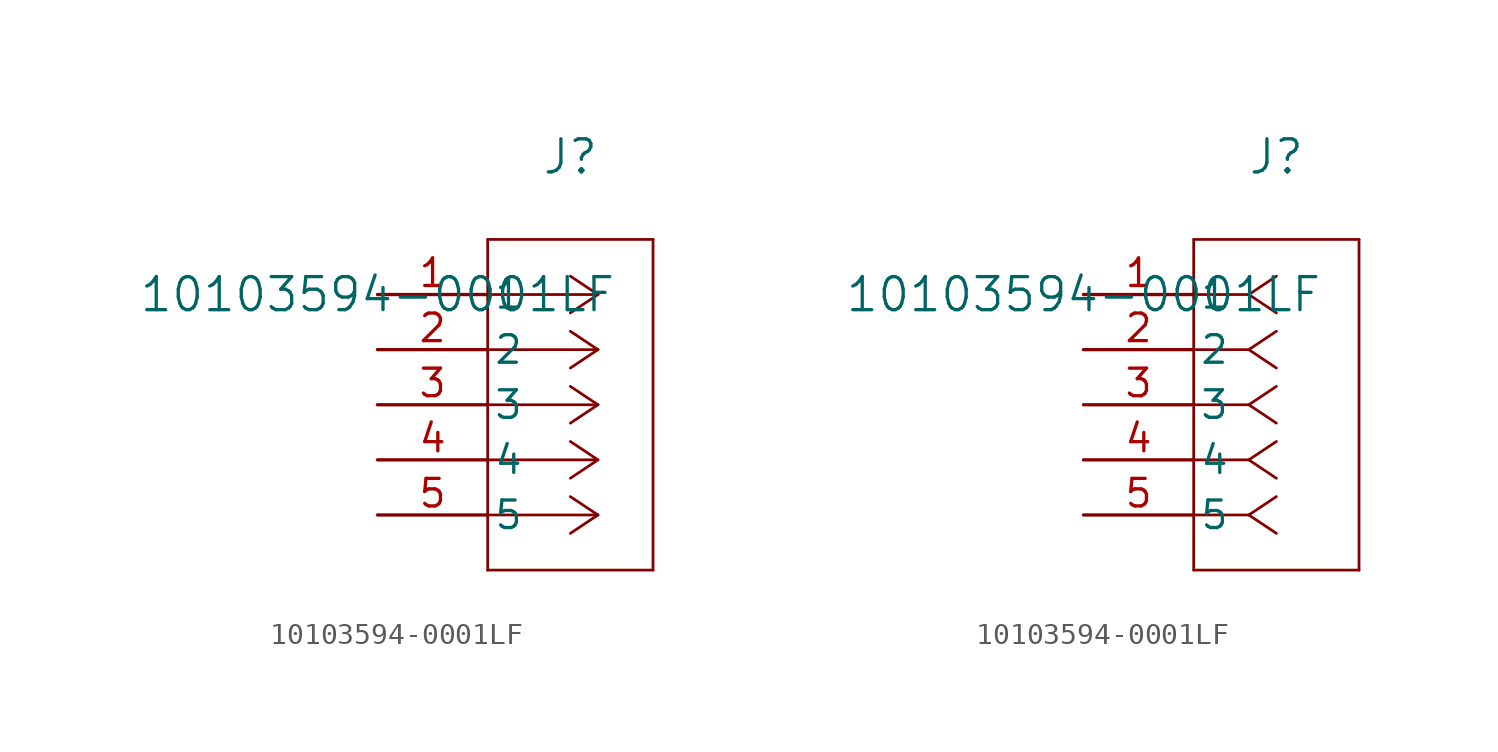
<source format=kicad_sym>
(kicad_symbol_lib
  (version 20211014)
  (generator kicad_symbol_editor)
  (symbol "10103594-0001LF"
    (pin_names
      (offset 0.254))
    (property "Reference" "J"
      (at 8.89 6.35 0)
      (effects (font (size 1.524 1.524))))
    (property "Value" "10103594-0001LF"
      (at 0 0 0)
      (effects (font (size 1.524 1.524))))
    (symbol "10103594-0001LF_1_1"
      (polyline (pts (xy 10.16 0) (xy 5.08 0)) (stroke (width 0.127) (type default) (color 0 0 0 0)) (fill (type none)))
      (polyline (pts (xy 10.16 -2.54) (xy 5.08 -2.54)) (stroke (width 0.127) (type default) (color 0 0 0 0)) (fill (type none)))
      (polyline (pts (xy 10.16 -5.08) (xy 5.08 -5.08)) (stroke (width 0.127) (type default) (color 0 0 0 0)) (fill (type none)))
      (polyline (pts (xy 10.16 -7.62) (xy 5.08 -7.62)) (stroke (width 0.127) (type default) (color 0 0 0 0)) (fill (type none)))
      (polyline (pts (xy 10.16 -10.16) (xy 5.08 -10.16)) (stroke (width 0.127) (type default) (color 0 0 0 0)) (fill (type none)))
      (polyline (pts (xy 10.16 0) (xy 8.89 0.847)) (stroke (width 0.127) (type default) (color 0 0 0 0)) (fill (type none)))
      (polyline (pts (xy 10.16 -2.54) (xy 8.89 -1.693)) (stroke (width 0.127) (type default) (color 0 0 0 0)) (fill (type none)))
      (polyline (pts (xy 10.16 -5.08) (xy 8.89 -4.233)) (stroke (width 0.127) (type default) (color 0 0 0 0)) (fill (type none)))
      (polyline (pts (xy 10.16 -7.62) (xy 8.89 -6.773)) (stroke (width 0.127) (type default) (color 0 0 0 0)) (fill (type none)))
      (polyline (pts (xy 10.16 -10.16) (xy 8.89 -9.313)) (stroke (width 0.127) (type default) (color 0 0 0 0)) (fill (type none)))
      (polyline (pts (xy 10.16 0) (xy 8.89 -0.847)) (stroke (width 0.127) (type default) (color 0 0 0 0)) (fill (type none)))
      (polyline (pts (xy 10.16 -2.54) (xy 8.89 -3.387)) (stroke (width 0.127) (type default) (color 0 0 0 0)) (fill (type none)))
      (polyline (pts (xy 10.16 -5.08) (xy 8.89 -5.927)) (stroke (width 0.127) (type default) (color 0 0 0 0)) (fill (type none)))
      (polyline (pts (xy 10.16 -7.62) (xy 8.89 -8.467)) (stroke (width 0.127) (type default) (color 0 0 0 0)) (fill (type none)))
      (polyline (pts (xy 10.16 -10.16) (xy 8.89 -11.007)) (stroke (width 0.127) (type default) (color 0 0 0 0)) (fill (type none)))
      (polyline (pts (xy 5.08 2.54) (xy 5.08 -12.7)) (stroke (width 0.127) (type default) (color 0 0 0 0)) (fill (type none)))
      (polyline (pts (xy 5.08 -12.7) (xy 12.7 -12.7)) (stroke (width 0.127) (type default) (color 0 0 0 0)) (fill (type none)))
      (polyline (pts (xy 12.7 -12.7) (xy 12.7 2.54)) (stroke (width 0.127) (type default) (color 0 0 0 0)) (fill (type none)))
      (polyline (pts (xy 12.7 2.54) (xy 5.08 2.54)) (stroke (width 0.127) (type default) (color 0 0 0 0)) (fill (type none)))
      (pin unspecified line (at 0 0 0) (length 5.08) (name "1" (effects (font (size 1.27 1.27)))) (number "1" (effects (font (size 1.27 1.27)))))
      (pin unspecified line (at 0 -2.54 0) (length 5.08) (name "2" (effects (font (size 1.27 1.27)))) (number "2" (effects (font (size 1.27 1.27)))))
      (pin unspecified line (at 0 -5.08 0) (length 5.08) (name "3" (effects (font (size 1.27 1.27)))) (number "3" (effects (font (size 1.27 1.27)))))
      (pin unspecified line (at 0 -7.62 0) (length 5.08) (name "4" (effects (font (size 1.27 1.27)))) (number "4" (effects (font (size 1.27 1.27)))))
      (pin unspecified line (at 0 -10.16 0) (length 5.08) (name "5" (effects (font (size 1.27 1.27)))) (number "5" (effects (font (size 1.27 1.27))))))
    (symbol "10103594-0001LF_1_2"
      (polyline (pts (xy 7.62 0) (xy 5.08 0)) (stroke (width 0.127) (type default) (color 0 0 0 0)) (fill (type none)))
      (polyline (pts (xy 7.62 -2.54) (xy 5.08 -2.54)) (stroke (width 0.127) (type default) (color 0 0 0 0)) (fill (type none)))
      (polyline (pts (xy 7.62 -5.08) (xy 5.08 -5.08)) (stroke (width 0.127) (type default) (color 0 0 0 0)) (fill (type none)))
      (polyline (pts (xy 7.62 -7.62) (xy 5.08 -7.62)) (stroke (width 0.127) (type default) (color 0 0 0 0)) (fill (type none)))
      (polyline (pts (xy 7.62 -10.16) (xy 5.08 -10.16)) (stroke (width 0.127) (type default) (color 0 0 0 0)) (fill (type none)))
      (polyline (pts (xy 7.62 0) (xy 8.89 0.847)) (stroke (width 0.127) (type default) (color 0 0 0 0)) (fill (type none)))
      (polyline (pts (xy 7.62 -2.54) (xy 8.89 -1.693)) (stroke (width 0.127) (type default) (color 0 0 0 0)) (fill (type none)))
      (polyline (pts (xy 7.62 -5.08) (xy 8.89 -4.233)) (stroke (width 0.127) (type default) (color 0 0 0 0)) (fill (type none)))
      (polyline (pts (xy 7.62 -7.62) (xy 8.89 -6.773)) (stroke (width 0.127) (type default) (color 0 0 0 0)) (fill (type none)))
      (polyline (pts (xy 7.62 -10.16) (xy 8.89 -9.313)) (stroke (width 0.127) (type default) (color 0 0 0 0)) (fill (type none)))
      (polyline (pts (xy 7.62 0) (xy 8.89 -0.847)) (stroke (width 0.127) (type default) (color 0 0 0 0)) (fill (type none)))
      (polyline (pts (xy 7.62 -2.54) (xy 8.89 -3.387)) (stroke (width 0.127) (type default) (color 0 0 0 0)) (fill (type none)))
      (polyline (pts (xy 7.62 -5.08) (xy 8.89 -5.927)) (stroke (width 0.127) (type default) (color 0 0 0 0)) (fill (type none)))
      (polyline (pts (xy 7.62 -7.62) (xy 8.89 -8.467)) (stroke (width 0.127) (type default) (color 0 0 0 0)) (fill (type none)))
      (polyline (pts (xy 7.62 -10.16) (xy 8.89 -11.007)) (stroke (width 0.127) (type default) (color 0 0 0 0)) (fill (type none)))
      (polyline (pts (xy 5.08 2.54) (xy 5.08 -12.7)) (stroke (width 0.127) (type default) (color 0 0 0 0)) (fill (type none)))
      (polyline (pts (xy 5.08 -12.7) (xy 12.7 -12.7)) (stroke (width 0.127) (type default) (color 0 0 0 0)) (fill (type none)))
      (polyline (pts (xy 12.7 -12.7) (xy 12.7 2.54)) (stroke (width 0.127) (type default) (color 0 0 0 0)) (fill (type none)))
      (polyline (pts (xy 12.7 2.54) (xy 5.08 2.54)) (stroke (width 0.127) (type default) (color 0 0 0 0)) (fill (type none)))
      (pin unspecified line (at 0 0 0) (length 5.08) (name "1" (effects (font (size 1.27 1.27)))) (number "1" (effects (font (size 1.27 1.27)))))
      (pin unspecified line (at 0 -2.54 0) (length 5.08) (name "2" (effects (font (size 1.27 1.27)))) (number "2" (effects (font (size 1.27 1.27)))))
      (pin unspecified line (at 0 -5.08 0) (length 5.08) (name "3" (effects (font (size 1.27 1.27)))) (number "3" (effects (font (size 1.27 1.27)))))
      (pin unspecified line (at 0 -7.62 0) (length 5.08) (name "4" (effects (font (size 1.27 1.27)))) (number "4" (effects (font (size 1.27 1.27)))))
      (pin unspecified line (at 0 -10.16 0) (length 5.08) (name "5" (effects (font (size 1.27 1.27)))) (number "5" (effects (font (size 1.27 1.27))))))))
</source>
